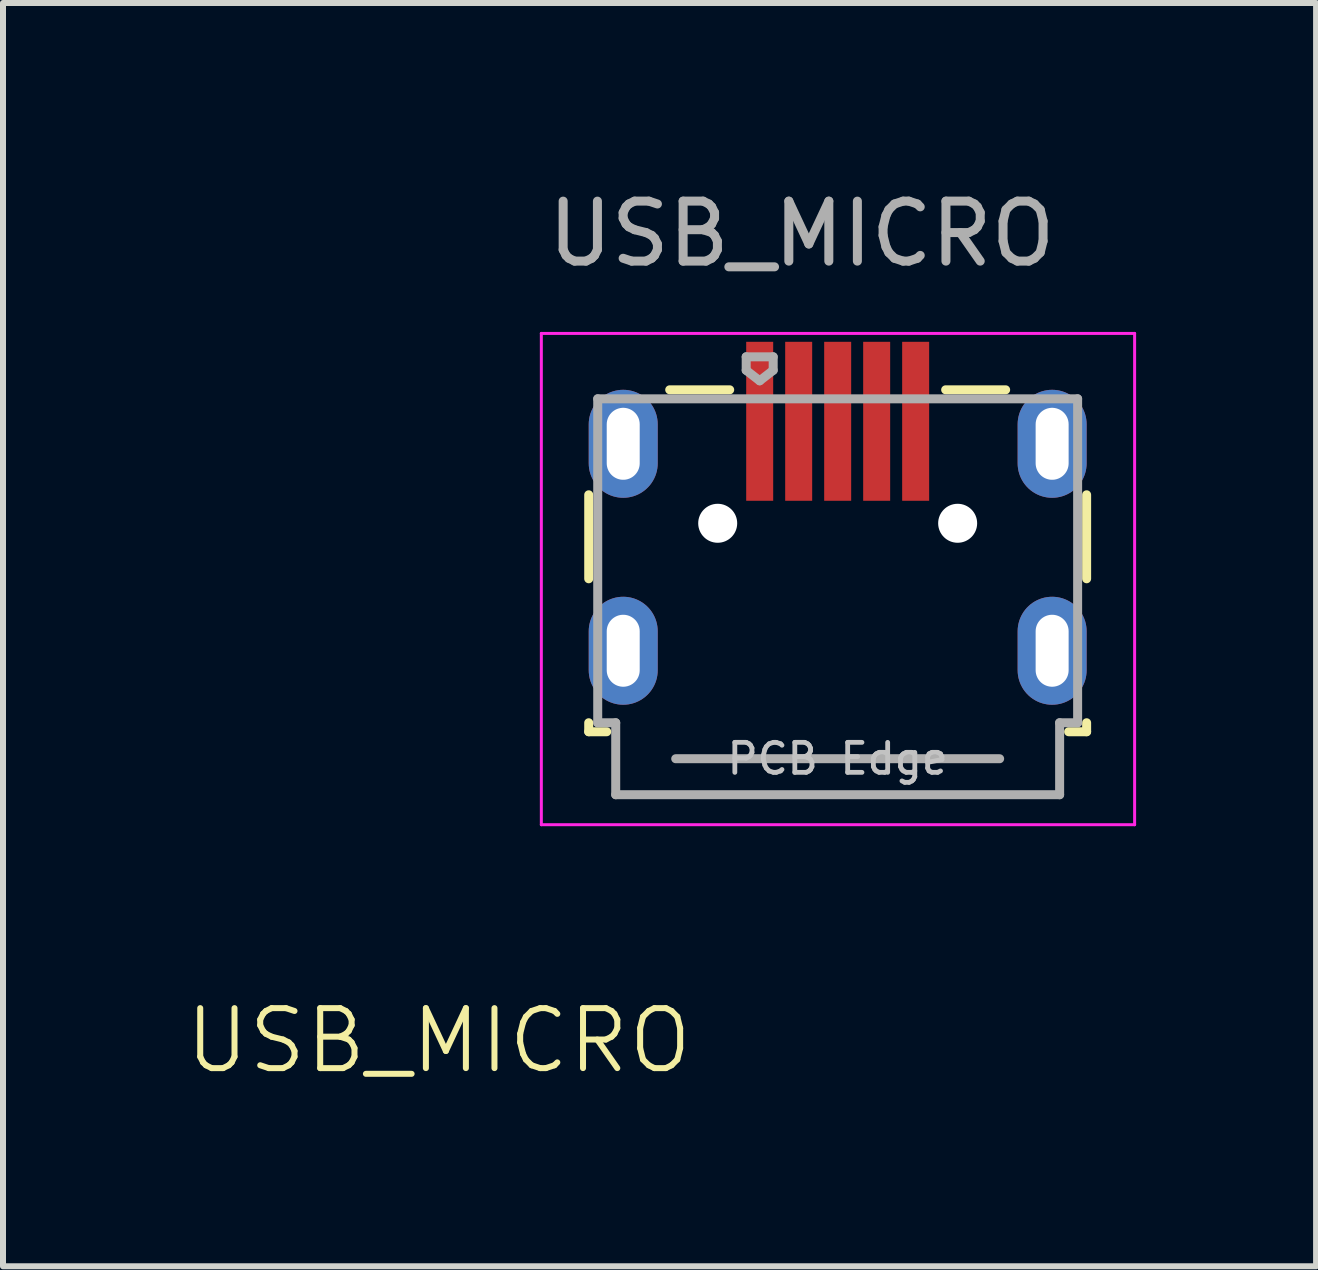
<source format=kicad_pcb>
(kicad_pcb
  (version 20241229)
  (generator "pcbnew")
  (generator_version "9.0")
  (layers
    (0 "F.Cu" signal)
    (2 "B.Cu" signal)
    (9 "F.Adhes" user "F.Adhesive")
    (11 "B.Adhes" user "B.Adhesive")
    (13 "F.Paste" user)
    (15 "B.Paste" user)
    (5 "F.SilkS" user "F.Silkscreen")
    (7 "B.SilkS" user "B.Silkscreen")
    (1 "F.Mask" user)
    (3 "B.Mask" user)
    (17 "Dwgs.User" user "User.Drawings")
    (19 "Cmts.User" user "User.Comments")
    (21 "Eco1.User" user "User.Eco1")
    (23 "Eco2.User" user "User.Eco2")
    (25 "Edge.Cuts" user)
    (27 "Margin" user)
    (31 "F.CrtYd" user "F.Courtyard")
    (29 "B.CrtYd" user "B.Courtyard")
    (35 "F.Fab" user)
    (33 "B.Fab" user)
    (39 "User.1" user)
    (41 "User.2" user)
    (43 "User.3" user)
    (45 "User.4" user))
  (footprint "USB_MICRO"
    (layer "F.Cu")
    (at 10.914 6.848)
    (property "Reference" "USB_MICRO" (at -6.65 7.45 0) (unlocked yes) (layer "F.SilkS") (effects (font (size 1 1) (thickness 0.1))))
    (attr smd)
    (fp_line (start -4.15 -1.65) (end -4.15 -0.25) (stroke (width 0.15) (type solid)) (layer "F.SilkS"))
    (fp_line (start -4.15 2.15) (end -4.15 2.3) (stroke (width 0.15) (type solid)) (layer "F.SilkS"))
    (fp_line (start -4.15 2.3) (end -3.85 2.3) (stroke (width 0.15) (type solid)) (layer "F.SilkS"))
    (fp_line (start -1.8 -3.4) (end -2.8 -3.4) (stroke (width 0.15) (type solid)) (layer "F.SilkS"))
    (fp_line (start 1.8 -3.4) (end 2.8 -3.4) (stroke (width 0.15) (type solid)) (layer "F.SilkS"))
    (fp_line (start 3.85 2.3) (end 4.15 2.3) (stroke (width 0.15) (type solid)) (layer "F.SilkS"))
    (fp_line (start 4.15 -0.25) (end 4.15 -1.65) (stroke (width 0.15) (type solid)) (layer "F.SilkS"))
    (fp_line (start 4.15 2.3) (end 4.15 2.15) (stroke (width 0.15) (type solid)) (layer "F.SilkS"))
    (fp_line (start -4.94 -4.34) (end -4.94 3.85) (stroke (width 0.05) (type solid)) (layer "F.CrtYd"))
    (fp_line (start -4.94 3.85) (end 4.95 3.85) (stroke (width 0.05) (type solid)) (layer "F.CrtYd"))
    (fp_line (start 4.95 -4.34) (end -4.94 -4.34) (stroke (width 0.05) (type solid)) (layer "F.CrtYd"))
    (fp_line (start 4.95 3.85) (end 4.95 -4.34) (stroke (width 0.05) (type solid)) (layer "F.CrtYd"))
    (fp_line (start -4 -3.25) (end -4 2.15) (stroke (width 0.15) (type solid)) (layer "F.Fab"))
    (fp_line (start -4 2.15) (end -3.7 2.15) (stroke (width 0.15) (type solid)) (layer "F.Fab"))
    (fp_line (start -3.7 2.15) (end -3.7 3.35) (stroke (width 0.15) (type solid)) (layer "F.Fab"))
    (fp_line (start -3.7 3.35) (end 3.7 3.35) (stroke (width 0.15) (type solid)) (layer "F.Fab"))
    (fp_line (start -2.7 2.75) (end 2.7 2.75) (stroke (width 0.15) (type solid)) (layer "F.Fab"))
    (fp_line (start -1.525 -3.95) (end -1.075 -3.95) (stroke (width 0.15) (type solid)) (layer "F.Fab"))
    (fp_line (start -1.525 -3.725) (end -1.525 -3.95) (stroke (width 0.15) (type solid)) (layer "F.Fab"))
    (fp_line (start -1.3 -3.55) (end -1.525 -3.725) (stroke (width 0.15) (type solid)) (layer "F.Fab"))
    (fp_line (start -1.075 -3.95) (end -1.075 -3.725) (stroke (width 0.15) (type solid)) (layer "F.Fab"))
    (fp_line (start -1.075 -3.725) (end -1.3 -3.55) (stroke (width 0.15) (type solid)) (layer "F.Fab"))
    (fp_line (start 3.7 2.15) (end 4 2.15) (stroke (width 0.15) (type solid)) (layer "F.Fab"))
    (fp_line (start 3.7 3.35) (end 3.7 2.15) (stroke (width 0.15) (type solid)) (layer "F.Fab"))
    (fp_line (start 4 -3.25) (end -4 -3.25) (stroke (width 0.15) (type solid)) (layer "F.Fab"))
    (fp_line (start 4 2.15) (end 4 -3.25) (stroke (width 0.15) (type solid)) (layer "F.Fab"))
    (fp_text user "PCB Edge" (at 0 2.75 0) (layer "Dwgs.User") (effects (font (size 0.5 0.5) (thickness 0.08))))
    (fp_text user "${REFERENCE}" (at -0.6 -6 0) (layer "F.Fab") (effects (font (size 1 1) (thickness 0.15))))
    (pad "" np_thru_hole oval (at -2 -1.175) (size 0.65 0.65) (drill 0.8) (layers "*.Cu" "*.Mask"))
    (pad "" np_thru_hole oval (at 2 -1.175) (size 0.65 0.65) (drill 0.8) (layers "*.Cu" "*.Mask"))
    (pad "1" smd rect (at -1.3 -2.875) (size 0.45 2.65) (layers "F.Cu" "F.Mask" "F.Paste"))
    (pad "2" smd rect (at -0.65 -2.875) (size 0.45 2.65) (layers "F.Cu" "F.Mask" "F.Paste"))
    (pad "3" smd rect (at 0 -2.875) (size 0.45 2.65) (layers "F.Cu" "F.Mask" "F.Paste"))
    (pad "4" smd rect (at 0.65 -2.875) (size 0.45 2.65) (layers "F.Cu" "F.Mask" "F.Paste"))
    (pad "5" smd rect (at 1.3 -2.875) (size 0.45 2.65) (layers "F.Cu" "F.Mask" "F.Paste"))
    (pad "6" thru_hole oval (at -3.575 -2.5) (size 1.15 1.8) (drill oval 0.55 1.2) (layers "*.Cu" "*.Mask"))
    (pad "6" thru_hole oval (at -3.575 0.95) (size 1.15 1.8) (drill oval 0.55 1.2) (layers "*.Cu" "*.Mask"))
    (pad "6" thru_hole oval (at 3.575 -2.5) (size 1.15 1.8) (drill oval 0.55 1.2) (layers "*.Cu" "*.Mask"))
    (pad "6" thru_hole oval (at 3.575 0.95) (size 1.15 1.8) (drill oval 0.55 1.2) (layers "*.Cu" "*.Mask")))
  (gr_rect
    (start -3 -3)
    (end 18.889 18.059)
    (stroke (width 0.1) (type default))
    (fill no)
    (layer "Edge.Cuts")))
</source>
